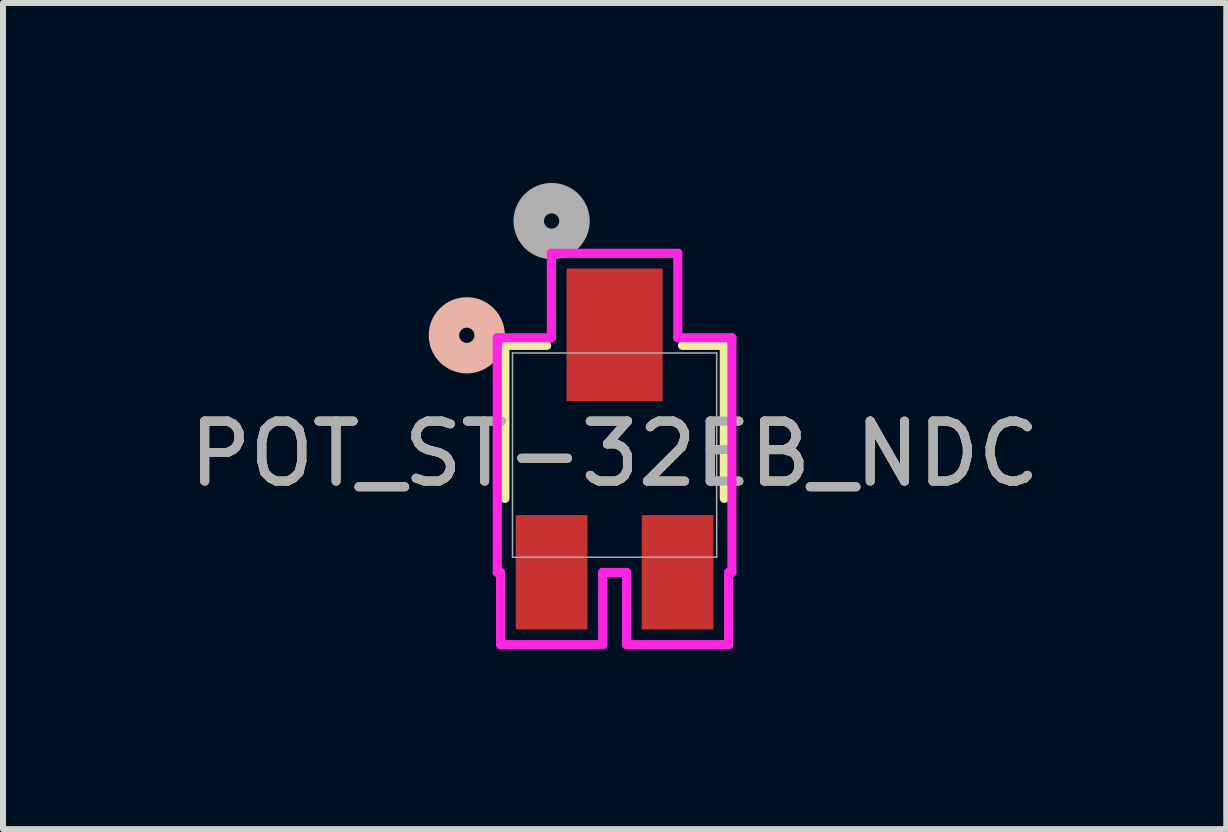
<source format=kicad_pcb>
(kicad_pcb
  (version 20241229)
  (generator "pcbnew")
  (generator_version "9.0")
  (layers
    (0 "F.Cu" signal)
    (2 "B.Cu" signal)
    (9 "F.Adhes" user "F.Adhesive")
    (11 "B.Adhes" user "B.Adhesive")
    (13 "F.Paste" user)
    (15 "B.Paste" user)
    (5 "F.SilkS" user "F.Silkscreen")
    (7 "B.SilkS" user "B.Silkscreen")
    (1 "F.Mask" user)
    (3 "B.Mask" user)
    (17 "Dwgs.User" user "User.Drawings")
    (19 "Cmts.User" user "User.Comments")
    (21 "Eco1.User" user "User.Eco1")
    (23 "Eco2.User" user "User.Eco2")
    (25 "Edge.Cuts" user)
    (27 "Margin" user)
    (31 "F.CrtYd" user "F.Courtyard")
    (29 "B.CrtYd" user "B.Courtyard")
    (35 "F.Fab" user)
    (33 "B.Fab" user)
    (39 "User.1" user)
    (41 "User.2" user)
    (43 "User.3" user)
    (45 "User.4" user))
  (footprint "POT_ST-32EB_NDC"
    (layer "F.Cu")
    (at 7.196 4.537)
    (property "Reference" "POT_ST-32EB_NDC" (at 0 -0.022 0) (unlocked yes) (layer "F.SilkS") (effects (font (size 1 1) (thickness 0.15))))
    (attr smd)
    (fp_line (start -1.829 -1.829) (end -1.133 -1.829) (stroke (width 0.152) (type solid)) (layer "F.SilkS"))
    (fp_line (start -1.829 0.722) (end -1.829 -1.829) (stroke (width 0.152) (type solid)) (layer "F.SilkS"))
    (fp_line (start 1.133 -1.829) (end 1.829 -1.829) (stroke (width 0.152) (type solid)) (layer "F.SilkS"))
    (fp_line (start 1.829 -1.829) (end 1.829 0.722) (stroke (width 0.152) (type solid)) (layer "F.SilkS"))
    (fp_circle (center -2.464 -1.997) (end -2.083 -1.997) (stroke (width 0.508) (type solid)) (fill no) (layer "B.SilkS"))
    (fp_line (start -1.956 -1.956) (end -1.956 1.956) (stroke (width 0.152) (type solid)) (layer "F.CrtYd"))
    (fp_line (start -1.956 1.956) (end -1.901 1.956) (stroke (width 0.152) (type solid)) (layer "F.CrtYd"))
    (fp_line (start -1.901 1.956) (end -1.901 3.16) (stroke (width 0.152) (type solid)) (layer "F.CrtYd"))
    (fp_line (start -1.901 3.16) (end -0.199 3.16) (stroke (width 0.152) (type solid)) (layer "F.CrtYd"))
    (fp_line (start -1.054 -3.364) (end -1.054 -1.956) (stroke (width 0.152) (type solid)) (layer "F.CrtYd"))
    (fp_line (start -1.054 -1.956) (end -1.956 -1.956) (stroke (width 0.152) (type solid)) (layer "F.CrtYd"))
    (fp_line (start -0.199 1.956) (end 0.199 1.956) (stroke (width 0.152) (type solid)) (layer "F.CrtYd"))
    (fp_line (start -0.199 3.16) (end -0.199 1.956) (stroke (width 0.152) (type solid)) (layer "F.CrtYd"))
    (fp_line (start 0.199 1.956) (end 0.199 3.16) (stroke (width 0.152) (type solid)) (layer "F.CrtYd"))
    (fp_line (start 0.199 3.16) (end 1.901 3.16) (stroke (width 0.152) (type solid)) (layer "F.CrtYd"))
    (fp_line (start 1.054 -3.364) (end -1.054 -3.364) (stroke (width 0.152) (type solid)) (layer "F.CrtYd"))
    (fp_line (start 1.054 -1.956) (end 1.054 -3.364) (stroke (width 0.152) (type solid)) (layer "F.CrtYd"))
    (fp_line (start 1.901 1.956) (end 1.956 1.956) (stroke (width 0.152) (type solid)) (layer "F.CrtYd"))
    (fp_line (start 1.901 3.16) (end 1.901 1.956) (stroke (width 0.152) (type solid)) (layer "F.CrtYd"))
    (fp_line (start 1.956 -1.956) (end 1.054 -1.956) (stroke (width 0.152) (type solid)) (layer "F.CrtYd"))
    (fp_line (start 1.956 1.956) (end 1.956 -1.956) (stroke (width 0.152) (type solid)) (layer "F.CrtYd"))
    (fp_line (start -1.702 -1.702) (end -1.702 1.702) (stroke (width 0.025) (type solid)) (layer "F.Fab"))
    (fp_line (start -1.702 1.702) (end 1.702 1.702) (stroke (width 0.025) (type solid)) (layer "F.Fab"))
    (fp_line (start 1.702 -1.702) (end -1.702 -1.702) (stroke (width 0.025) (type solid)) (layer "F.Fab"))
    (fp_line (start 1.702 1.702) (end 1.702 -1.702) (stroke (width 0.025) (type solid)) (layer "F.Fab"))
    (fp_circle (center -1.05 -3.902) (end -0.669 -3.902) (stroke (width 0.508) (type solid)) (fill no) (layer "F.Fab"))
    (fp_text user "${REFERENCE}" (at 0 -0.022 0) (unlocked yes) (layer "F.Fab") (effects (font (size 1 1) (thickness 0.15))))
    (pad "1" smd rect (at 1.05 1.953) (size 1.194 1.905) (layers "F.Cu" "F.Mask" "F.Paste"))
    (pad "2" smd rect (at 0 -2.005) (size 1.6 2.21) (layers "F.Cu" "F.Mask" "F.Paste"))
    (pad "3" smd rect (at -1.05 1.953) (size 1.194 1.905) (layers "F.Cu" "F.Mask" "F.Paste")))
  (gr_rect
    (start -3 -3)
    (end 17.393 10.773)
    (stroke (width 0.1) (type default))
    (fill no)
    (layer "Edge.Cuts")))
</source>
